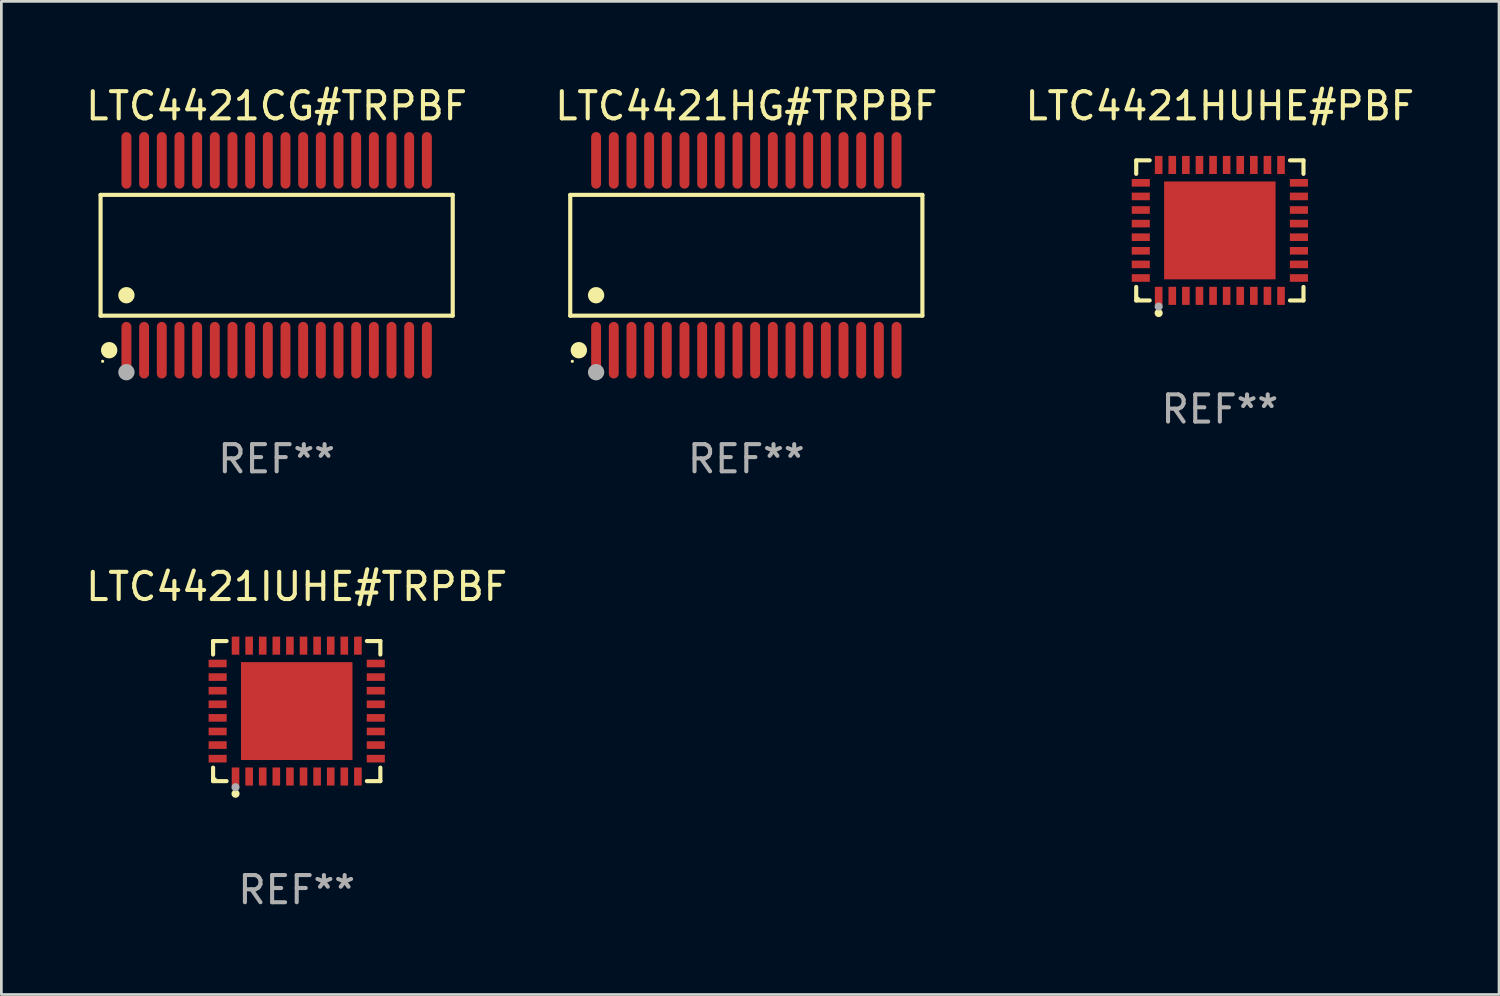
<source format=kicad_pcb>
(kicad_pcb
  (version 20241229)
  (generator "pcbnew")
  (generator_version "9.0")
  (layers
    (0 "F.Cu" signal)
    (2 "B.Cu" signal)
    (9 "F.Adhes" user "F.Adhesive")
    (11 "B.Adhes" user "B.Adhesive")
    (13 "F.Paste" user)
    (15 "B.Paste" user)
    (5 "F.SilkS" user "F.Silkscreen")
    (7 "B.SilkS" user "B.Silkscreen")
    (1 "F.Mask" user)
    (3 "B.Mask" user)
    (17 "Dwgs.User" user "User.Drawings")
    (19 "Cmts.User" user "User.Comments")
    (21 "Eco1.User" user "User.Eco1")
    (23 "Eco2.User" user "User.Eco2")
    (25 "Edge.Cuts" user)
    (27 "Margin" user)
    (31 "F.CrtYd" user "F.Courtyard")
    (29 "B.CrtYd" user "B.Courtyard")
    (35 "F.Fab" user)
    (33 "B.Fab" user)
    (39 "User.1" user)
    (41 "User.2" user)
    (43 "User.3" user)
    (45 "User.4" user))
  (footprint "LTC4421CG#TRPBF"
    (layer "F.Cu")
    (at 7.125 6.339)
    (property "Reference" "LTC4421CG#TRPBF" (at 0 -5.491 0) (layer "F.SilkS") (effects (font (size 1 1) (thickness 0.15))))
    (attr through_hole)
    (fp_line (start -6.476 -2.221) (end 6.476 -2.221) (stroke (width 0.152) (type solid)) (layer "F.SilkS"))
    (fp_line (start -6.476 2.221) (end -6.476 -2.221) (stroke (width 0.152) (type solid)) (layer "F.SilkS"))
    (fp_line (start 6.476 -2.221) (end 6.476 2.221) (stroke (width 0.152) (type solid)) (layer "F.SilkS"))
    (fp_line (start 6.476 2.221) (end -6.476 2.221) (stroke (width 0.152) (type solid)) (layer "F.SilkS"))
    (fp_circle (center -6.4 3.9) (end -6.37 3.9) (stroke (width 0.06) (type solid)) (fill no) (layer "F.SilkS"))
    (fp_circle (center -6.16 3.491) (end -6.009 3.491) (stroke (width 0.3) (type solid)) (fill no) (layer "F.SilkS"))
    (fp_circle (center -5.525 1.469) (end -5.375 1.469) (stroke (width 0.3) (type solid)) (fill no) (layer "F.SilkS"))
    (fp_circle (center -5.525 4.3) (end -5.375 4.3) (stroke (width 0.3) (type solid)) (fill no) (layer "F.Fab"))
    (fp_text user "REF**" (at 0 7.491 0) (layer "F.Fab") (effects (font (size 1 1) (thickness 0.15))))
    (pad "1" smd oval (at -5.525 3.491) (size 0.364 2.082) (layers "F.Cu" "F.Mask" "F.Paste"))
    (pad "2" smd oval (at -4.875 3.491) (size 0.364 2.082) (layers "F.Cu" "F.Mask" "F.Paste"))
    (pad "3" smd oval (at -4.225 3.491) (size 0.364 2.082) (layers "F.Cu" "F.Mask" "F.Paste"))
    (pad "4" smd oval (at -3.575 3.491) (size 0.364 2.082) (layers "F.Cu" "F.Mask" "F.Paste"))
    (pad "5" smd oval (at -2.925 3.491) (size 0.364 2.082) (layers "F.Cu" "F.Mask" "F.Paste"))
    (pad "6" smd oval (at -2.275 3.491) (size 0.364 2.082) (layers "F.Cu" "F.Mask" "F.Paste"))
    (pad "7" smd oval (at -1.625 3.491) (size 0.364 2.082) (layers "F.Cu" "F.Mask" "F.Paste"))
    (pad "8" smd oval (at -0.975 3.491) (size 0.364 2.082) (layers "F.Cu" "F.Mask" "F.Paste"))
    (pad "9" smd oval (at -0.325 3.491) (size 0.364 2.082) (layers "F.Cu" "F.Mask" "F.Paste"))
    (pad "10" smd oval (at 0.325 3.491) (size 0.364 2.082) (layers "F.Cu" "F.Mask" "F.Paste"))
    (pad "11" smd oval (at 0.975 3.491) (size 0.364 2.082) (layers "F.Cu" "F.Mask" "F.Paste"))
    (pad "12" smd oval (at 1.625 3.491) (size 0.364 2.082) (layers "F.Cu" "F.Mask" "F.Paste"))
    (pad "13" smd oval (at 2.275 3.491) (size 0.364 2.082) (layers "F.Cu" "F.Mask" "F.Paste"))
    (pad "14" smd oval (at 2.925 3.491) (size 0.364 2.082) (layers "F.Cu" "F.Mask" "F.Paste"))
    (pad "15" smd oval (at 3.575 3.491) (size 0.364 2.082) (layers "F.Cu" "F.Mask" "F.Paste"))
    (pad "16" smd oval (at 4.225 3.491) (size 0.364 2.082) (layers "F.Cu" "F.Mask" "F.Paste"))
    (pad "17" smd oval (at 4.875 3.491) (size 0.364 2.082) (layers "F.Cu" "F.Mask" "F.Paste"))
    (pad "18" smd oval (at 5.525 3.491) (size 0.364 2.082) (layers "F.Cu" "F.Mask" "F.Paste"))
    (pad "19" smd oval (at 5.525 -3.491) (size 0.364 2.082) (layers "F.Cu" "F.Mask" "F.Paste"))
    (pad "20" smd oval (at 4.875 -3.491) (size 0.364 2.082) (layers "F.Cu" "F.Mask" "F.Paste"))
    (pad "21" smd oval (at 4.225 -3.491) (size 0.364 2.082) (layers "F.Cu" "F.Mask" "F.Paste"))
    (pad "22" smd oval (at 3.575 -3.491) (size 0.364 2.082) (layers "F.Cu" "F.Mask" "F.Paste"))
    (pad "23" smd oval (at 2.925 -3.491) (size 0.364 2.082) (layers "F.Cu" "F.Mask" "F.Paste"))
    (pad "24" smd oval (at 2.275 -3.491) (size 0.364 2.082) (layers "F.Cu" "F.Mask" "F.Paste"))
    (pad "25" smd oval (at 1.625 -3.491) (size 0.364 2.082) (layers "F.Cu" "F.Mask" "F.Paste"))
    (pad "26" smd oval (at 0.975 -3.491) (size 0.364 2.082) (layers "F.Cu" "F.Mask" "F.Paste"))
    (pad "27" smd oval (at 0.325 -3.491) (size 0.364 2.082) (layers "F.Cu" "F.Mask" "F.Paste"))
    (pad "28" smd oval (at -0.325 -3.491) (size 0.364 2.082) (layers "F.Cu" "F.Mask" "F.Paste"))
    (pad "29" smd oval (at -0.975 -3.491) (size 0.364 2.082) (layers "F.Cu" "F.Mask" "F.Paste"))
    (pad "30" smd oval (at -1.625 -3.491) (size 0.364 2.082) (layers "F.Cu" "F.Mask" "F.Paste"))
    (pad "31" smd oval (at -2.275 -3.491) (size 0.364 2.082) (layers "F.Cu" "F.Mask" "F.Paste"))
    (pad "32" smd oval (at -2.925 -3.491) (size 0.364 2.082) (layers "F.Cu" "F.Mask" "F.Paste"))
    (pad "33" smd oval (at -3.575 -3.491) (size 0.364 2.082) (layers "F.Cu" "F.Mask" "F.Paste"))
    (pad "34" smd oval (at -4.225 -3.491) (size 0.364 2.082) (layers "F.Cu" "F.Mask" "F.Paste"))
    (pad "35" smd oval (at -4.875 -3.491) (size 0.364 2.082) (layers "F.Cu" "F.Mask" "F.Paste"))
    (pad "36" smd oval (at -5.525 -3.491) (size 0.364 2.082) (layers "F.Cu" "F.Mask" "F.Paste")))
  (footprint "LTC4421IUHE#TRPBF"
    (layer "F.Cu")
    (at 7.863 23.103)
    (property "Reference" "LTC4421IUHE#TRPBF" (at 0 -4.576 0) (layer "F.SilkS") (effects (font (size 1 1) (thickness 0.15))))
    (attr through_hole)
    (fp_line (start -3.076 -2.576) (end -2.58 -2.576) (stroke (width 0.152) (type solid)) (layer "F.SilkS"))
    (fp_line (start -3.076 -2.08) (end -3.076 -2.576) (stroke (width 0.152) (type solid)) (layer "F.SilkS"))
    (fp_line (start -3.076 2.08) (end -3.076 2.576) (stroke (width 0.152) (type solid)) (layer "F.SilkS"))
    (fp_line (start -3.076 2.576) (end -2.58 2.576) (stroke (width 0.152) (type solid)) (layer "F.SilkS"))
    (fp_line (start 3.076 -2.576) (end 2.58 -2.576) (stroke (width 0.152) (type solid)) (layer "F.SilkS"))
    (fp_line (start 3.076 -2.08) (end 3.076 -2.576) (stroke (width 0.152) (type solid)) (layer "F.SilkS"))
    (fp_line (start 3.076 2.08) (end 3.076 2.576) (stroke (width 0.152) (type solid)) (layer "F.SilkS"))
    (fp_line (start 3.076 2.576) (end 2.58 2.576) (stroke (width 0.152) (type solid)) (layer "F.SilkS"))
    (fp_circle (center -3 2.5) (end -2.97 2.5) (stroke (width 0.06) (type solid)) (fill no) (layer "F.SilkS"))
    (fp_circle (center -2.25 3.04) (end -2.175 3.04) (stroke (width 0.15) (type solid)) (fill no) (layer "F.SilkS"))
    (fp_circle (center -2.25 2.8) (end -2.175 2.8) (stroke (width 0.15) (type solid)) (fill no) (layer "F.Fab"))
    (fp_text user "REF**" (at 0 6.576 0) (layer "F.Fab") (effects (font (size 1 1) (thickness 0.15))))
    (pad "1" smd rect (at -2.25 2.407) (size 0.28 0.665) (layers "F.Cu" "F.Mask" "F.Paste"))
    (pad "2" smd rect (at -1.75 2.407) (size 0.28 0.665) (layers "F.Cu" "F.Mask" "F.Paste"))
    (pad "3" smd rect (at -1.25 2.407) (size 0.28 0.665) (layers "F.Cu" "F.Mask" "F.Paste"))
    (pad "4" smd rect (at -0.75 2.407) (size 0.28 0.665) (layers "F.Cu" "F.Mask" "F.Paste"))
    (pad "5" smd rect (at -0.25 2.407) (size 0.28 0.665) (layers "F.Cu" "F.Mask" "F.Paste"))
    (pad "6" smd rect (at 0.25 2.407) (size 0.28 0.665) (layers "F.Cu" "F.Mask" "F.Paste"))
    (pad "7" smd rect (at 0.75 2.407) (size 0.28 0.665) (layers "F.Cu" "F.Mask" "F.Paste"))
    (pad "8" smd rect (at 1.25 2.407) (size 0.28 0.665) (layers "F.Cu" "F.Mask" "F.Paste"))
    (pad "9" smd rect (at 1.75 2.407) (size 0.28 0.665) (layers "F.Cu" "F.Mask" "F.Paste"))
    (pad "10" smd rect (at 2.25 2.407) (size 0.28 0.665) (layers "F.Cu" "F.Mask" "F.Paste"))
    (pad "11" smd rect (at 2.908 1.75) (size 0.665 0.28) (layers "F.Cu" "F.Mask" "F.Paste"))
    (pad "12" smd rect (at 2.908 1.25) (size 0.665 0.28) (layers "F.Cu" "F.Mask" "F.Paste"))
    (pad "13" smd rect (at 2.908 0.75) (size 0.665 0.28) (layers "F.Cu" "F.Mask" "F.Paste"))
    (pad "14" smd rect (at 2.908 0.25) (size 0.665 0.28) (layers "F.Cu" "F.Mask" "F.Paste"))
    (pad "15" smd rect (at 2.908 -0.25) (size 0.665 0.28) (layers "F.Cu" "F.Mask" "F.Paste"))
    (pad "16" smd rect (at 2.908 -0.75) (size 0.665 0.28) (layers "F.Cu" "F.Mask" "F.Paste"))
    (pad "17" smd rect (at 2.908 -1.25) (size 0.665 0.28) (layers "F.Cu" "F.Mask" "F.Paste"))
    (pad "18" smd rect (at 2.908 -1.75) (size 0.665 0.28) (layers "F.Cu" "F.Mask" "F.Paste"))
    (pad "19" smd rect (at 2.25 -2.407) (size 0.28 0.665) (layers "F.Cu" "F.Mask" "F.Paste"))
    (pad "20" smd rect (at 1.75 -2.407) (size 0.28 0.665) (layers "F.Cu" "F.Mask" "F.Paste"))
    (pad "21" smd rect (at 1.25 -2.407) (size 0.28 0.665) (layers "F.Cu" "F.Mask" "F.Paste"))
    (pad "22" smd rect (at 0.75 -2.407) (size 0.28 0.665) (layers "F.Cu" "F.Mask" "F.Paste"))
    (pad "23" smd rect (at 0.25 -2.407) (size 0.28 0.665) (layers "F.Cu" "F.Mask" "F.Paste"))
    (pad "24" smd rect (at -0.25 -2.407) (size 0.28 0.665) (layers "F.Cu" "F.Mask" "F.Paste"))
    (pad "25" smd rect (at -0.75 -2.407) (size 0.28 0.665) (layers "F.Cu" "F.Mask" "F.Paste"))
    (pad "26" smd rect (at -1.25 -2.407) (size 0.28 0.665) (layers "F.Cu" "F.Mask" "F.Paste"))
    (pad "27" smd rect (at -1.75 -2.407) (size 0.28 0.665) (layers "F.Cu" "F.Mask" "F.Paste"))
    (pad "28" smd rect (at -2.25 -2.407) (size 0.28 0.665) (layers "F.Cu" "F.Mask" "F.Paste"))
    (pad "29" smd rect (at -2.908 -1.75) (size 0.665 0.28) (layers "F.Cu" "F.Mask" "F.Paste"))
    (pad "30" smd rect (at -2.908 -1.25) (size 0.665 0.28) (layers "F.Cu" "F.Mask" "F.Paste"))
    (pad "31" smd rect (at -2.908 -0.75) (size 0.665 0.28) (layers "F.Cu" "F.Mask" "F.Paste"))
    (pad "32" smd rect (at -2.908 -0.25) (size 0.665 0.28) (layers "F.Cu" "F.Mask" "F.Paste"))
    (pad "33" smd rect (at -2.908 0.25) (size 0.665 0.28) (layers "F.Cu" "F.Mask" "F.Paste"))
    (pad "34" smd rect (at -2.908 0.75) (size 0.665 0.28) (layers "F.Cu" "F.Mask" "F.Paste"))
    (pad "35" smd rect (at -2.908 1.25) (size 0.665 0.28) (layers "F.Cu" "F.Mask" "F.Paste"))
    (pad "36" smd rect (at -2.908 1.75) (size 0.665 0.28) (layers "F.Cu" "F.Mask" "F.Paste"))
    (pad "37" smd rect (at 0 0) (size 4.1 3.6) (layers "F.Cu" "F.Mask" "F.Paste")))
  (footprint "LTC4421HG#TRPBF"
    (layer "F.Cu")
    (at 24.399 6.339)
    (property "Reference" "LTC4421HG#TRPBF" (at 0 -5.491 0) (layer "F.SilkS") (effects (font (size 1 1) (thickness 0.15))))
    (attr through_hole)
    (fp_line (start -6.476 -2.221) (end 6.476 -2.221) (stroke (width 0.152) (type solid)) (layer "F.SilkS"))
    (fp_line (start -6.476 2.221) (end -6.476 -2.221) (stroke (width 0.152) (type solid)) (layer "F.SilkS"))
    (fp_line (start 6.476 -2.221) (end 6.476 2.221) (stroke (width 0.152) (type solid)) (layer "F.SilkS"))
    (fp_line (start 6.476 2.221) (end -6.476 2.221) (stroke (width 0.152) (type solid)) (layer "F.SilkS"))
    (fp_circle (center -6.4 3.9) (end -6.37 3.9) (stroke (width 0.06) (type solid)) (fill no) (layer "F.SilkS"))
    (fp_circle (center -6.16 3.491) (end -6.009 3.491) (stroke (width 0.3) (type solid)) (fill no) (layer "F.SilkS"))
    (fp_circle (center -5.525 1.469) (end -5.375 1.469) (stroke (width 0.3) (type solid)) (fill no) (layer "F.SilkS"))
    (fp_circle (center -5.525 4.3) (end -5.375 4.3) (stroke (width 0.3) (type solid)) (fill no) (layer "F.Fab"))
    (fp_text user "REF**" (at 0 7.491 0) (layer "F.Fab") (effects (font (size 1 1) (thickness 0.15))))
    (pad "1" smd oval (at -5.525 3.491) (size 0.364 2.082) (layers "F.Cu" "F.Mask" "F.Paste"))
    (pad "2" smd oval (at -4.875 3.491) (size 0.364 2.082) (layers "F.Cu" "F.Mask" "F.Paste"))
    (pad "3" smd oval (at -4.225 3.491) (size 0.364 2.082) (layers "F.Cu" "F.Mask" "F.Paste"))
    (pad "4" smd oval (at -3.575 3.491) (size 0.364 2.082) (layers "F.Cu" "F.Mask" "F.Paste"))
    (pad "5" smd oval (at -2.925 3.491) (size 0.364 2.082) (layers "F.Cu" "F.Mask" "F.Paste"))
    (pad "6" smd oval (at -2.275 3.491) (size 0.364 2.082) (layers "F.Cu" "F.Mask" "F.Paste"))
    (pad "7" smd oval (at -1.625 3.491) (size 0.364 2.082) (layers "F.Cu" "F.Mask" "F.Paste"))
    (pad "8" smd oval (at -0.975 3.491) (size 0.364 2.082) (layers "F.Cu" "F.Mask" "F.Paste"))
    (pad "9" smd oval (at -0.325 3.491) (size 0.364 2.082) (layers "F.Cu" "F.Mask" "F.Paste"))
    (pad "10" smd oval (at 0.325 3.491) (size 0.364 2.082) (layers "F.Cu" "F.Mask" "F.Paste"))
    (pad "11" smd oval (at 0.975 3.491) (size 0.364 2.082) (layers "F.Cu" "F.Mask" "F.Paste"))
    (pad "12" smd oval (at 1.625 3.491) (size 0.364 2.082) (layers "F.Cu" "F.Mask" "F.Paste"))
    (pad "13" smd oval (at 2.275 3.491) (size 0.364 2.082) (layers "F.Cu" "F.Mask" "F.Paste"))
    (pad "14" smd oval (at 2.925 3.491) (size 0.364 2.082) (layers "F.Cu" "F.Mask" "F.Paste"))
    (pad "15" smd oval (at 3.575 3.491) (size 0.364 2.082) (layers "F.Cu" "F.Mask" "F.Paste"))
    (pad "16" smd oval (at 4.225 3.491) (size 0.364 2.082) (layers "F.Cu" "F.Mask" "F.Paste"))
    (pad "17" smd oval (at 4.875 3.491) (size 0.364 2.082) (layers "F.Cu" "F.Mask" "F.Paste"))
    (pad "18" smd oval (at 5.525 3.491) (size 0.364 2.082) (layers "F.Cu" "F.Mask" "F.Paste"))
    (pad "19" smd oval (at 5.525 -3.491) (size 0.364 2.082) (layers "F.Cu" "F.Mask" "F.Paste"))
    (pad "20" smd oval (at 4.875 -3.491) (size 0.364 2.082) (layers "F.Cu" "F.Mask" "F.Paste"))
    (pad "21" smd oval (at 4.225 -3.491) (size 0.364 2.082) (layers "F.Cu" "F.Mask" "F.Paste"))
    (pad "22" smd oval (at 3.575 -3.491) (size 0.364 2.082) (layers "F.Cu" "F.Mask" "F.Paste"))
    (pad "23" smd oval (at 2.925 -3.491) (size 0.364 2.082) (layers "F.Cu" "F.Mask" "F.Paste"))
    (pad "24" smd oval (at 2.275 -3.491) (size 0.364 2.082) (layers "F.Cu" "F.Mask" "F.Paste"))
    (pad "25" smd oval (at 1.625 -3.491) (size 0.364 2.082) (layers "F.Cu" "F.Mask" "F.Paste"))
    (pad "26" smd oval (at 0.975 -3.491) (size 0.364 2.082) (layers "F.Cu" "F.Mask" "F.Paste"))
    (pad "27" smd oval (at 0.325 -3.491) (size 0.364 2.082) (layers "F.Cu" "F.Mask" "F.Paste"))
    (pad "28" smd oval (at -0.325 -3.491) (size 0.364 2.082) (layers "F.Cu" "F.Mask" "F.Paste"))
    (pad "29" smd oval (at -0.975 -3.491) (size 0.364 2.082) (layers "F.Cu" "F.Mask" "F.Paste"))
    (pad "30" smd oval (at -1.625 -3.491) (size 0.364 2.082) (layers "F.Cu" "F.Mask" "F.Paste"))
    (pad "31" smd oval (at -2.275 -3.491) (size 0.364 2.082) (layers "F.Cu" "F.Mask" "F.Paste"))
    (pad "32" smd oval (at -2.925 -3.491) (size 0.364 2.082) (layers "F.Cu" "F.Mask" "F.Paste"))
    (pad "33" smd oval (at -3.575 -3.491) (size 0.364 2.082) (layers "F.Cu" "F.Mask" "F.Paste"))
    (pad "34" smd oval (at -4.225 -3.491) (size 0.364 2.082) (layers "F.Cu" "F.Mask" "F.Paste"))
    (pad "35" smd oval (at -4.875 -3.491) (size 0.364 2.082) (layers "F.Cu" "F.Mask" "F.Paste"))
    (pad "36" smd oval (at -5.525 -3.491) (size 0.364 2.082) (layers "F.Cu" "F.Mask" "F.Paste")))
  (footprint "LTC4421HUHE#PBF"
    (layer "F.Cu")
    (at 41.815 5.424)
    (property "Reference" "LTC4421HUHE#PBF" (at 0 -4.576 0) (layer "F.SilkS") (effects (font (size 1 1) (thickness 0.15))))
    (attr through_hole)
    (fp_line (start -3.076 -2.576) (end -2.58 -2.576) (stroke (width 0.152) (type solid)) (layer "F.SilkS"))
    (fp_line (start -3.076 -2.08) (end -3.076 -2.576) (stroke (width 0.152) (type solid)) (layer "F.SilkS"))
    (fp_line (start -3.076 2.08) (end -3.076 2.576) (stroke (width 0.152) (type solid)) (layer "F.SilkS"))
    (fp_line (start -3.076 2.576) (end -2.58 2.576) (stroke (width 0.152) (type solid)) (layer "F.SilkS"))
    (fp_line (start 3.076 -2.576) (end 2.58 -2.576) (stroke (width 0.152) (type solid)) (layer "F.SilkS"))
    (fp_line (start 3.076 -2.08) (end 3.076 -2.576) (stroke (width 0.152) (type solid)) (layer "F.SilkS"))
    (fp_line (start 3.076 2.08) (end 3.076 2.576) (stroke (width 0.152) (type solid)) (layer "F.SilkS"))
    (fp_line (start 3.076 2.576) (end 2.58 2.576) (stroke (width 0.152) (type solid)) (layer "F.SilkS"))
    (fp_circle (center -3 2.5) (end -2.97 2.5) (stroke (width 0.06) (type solid)) (fill no) (layer "F.SilkS"))
    (fp_circle (center -2.25 3.04) (end -2.175 3.04) (stroke (width 0.15) (type solid)) (fill no) (layer "F.SilkS"))
    (fp_circle (center -2.25 2.8) (end -2.175 2.8) (stroke (width 0.15) (type solid)) (fill no) (layer "F.Fab"))
    (fp_text user "REF**" (at 0 6.576 0) (layer "F.Fab") (effects (font (size 1 1) (thickness 0.15))))
    (pad "1" smd rect (at -2.25 2.407) (size 0.28 0.665) (layers "F.Cu" "F.Mask" "F.Paste"))
    (pad "2" smd rect (at -1.75 2.407) (size 0.28 0.665) (layers "F.Cu" "F.Mask" "F.Paste"))
    (pad "3" smd rect (at -1.25 2.407) (size 0.28 0.665) (layers "F.Cu" "F.Mask" "F.Paste"))
    (pad "4" smd rect (at -0.75 2.407) (size 0.28 0.665) (layers "F.Cu" "F.Mask" "F.Paste"))
    (pad "5" smd rect (at -0.25 2.407) (size 0.28 0.665) (layers "F.Cu" "F.Mask" "F.Paste"))
    (pad "6" smd rect (at 0.25 2.407) (size 0.28 0.665) (layers "F.Cu" "F.Mask" "F.Paste"))
    (pad "7" smd rect (at 0.75 2.407) (size 0.28 0.665) (layers "F.Cu" "F.Mask" "F.Paste"))
    (pad "8" smd rect (at 1.25 2.407) (size 0.28 0.665) (layers "F.Cu" "F.Mask" "F.Paste"))
    (pad "9" smd rect (at 1.75 2.407) (size 0.28 0.665) (layers "F.Cu" "F.Mask" "F.Paste"))
    (pad "10" smd rect (at 2.25 2.407) (size 0.28 0.665) (layers "F.Cu" "F.Mask" "F.Paste"))
    (pad "11" smd rect (at 2.908 1.75) (size 0.665 0.28) (layers "F.Cu" "F.Mask" "F.Paste"))
    (pad "12" smd rect (at 2.908 1.25) (size 0.665 0.28) (layers "F.Cu" "F.Mask" "F.Paste"))
    (pad "13" smd rect (at 2.908 0.75) (size 0.665 0.28) (layers "F.Cu" "F.Mask" "F.Paste"))
    (pad "14" smd rect (at 2.908 0.25) (size 0.665 0.28) (layers "F.Cu" "F.Mask" "F.Paste"))
    (pad "15" smd rect (at 2.908 -0.25) (size 0.665 0.28) (layers "F.Cu" "F.Mask" "F.Paste"))
    (pad "16" smd rect (at 2.908 -0.75) (size 0.665 0.28) (layers "F.Cu" "F.Mask" "F.Paste"))
    (pad "17" smd rect (at 2.908 -1.25) (size 0.665 0.28) (layers "F.Cu" "F.Mask" "F.Paste"))
    (pad "18" smd rect (at 2.908 -1.75) (size 0.665 0.28) (layers "F.Cu" "F.Mask" "F.Paste"))
    (pad "19" smd rect (at 2.25 -2.407) (size 0.28 0.665) (layers "F.Cu" "F.Mask" "F.Paste"))
    (pad "20" smd rect (at 1.75 -2.407) (size 0.28 0.665) (layers "F.Cu" "F.Mask" "F.Paste"))
    (pad "21" smd rect (at 1.25 -2.407) (size 0.28 0.665) (layers "F.Cu" "F.Mask" "F.Paste"))
    (pad "22" smd rect (at 0.75 -2.407) (size 0.28 0.665) (layers "F.Cu" "F.Mask" "F.Paste"))
    (pad "23" smd rect (at 0.25 -2.407) (size 0.28 0.665) (layers "F.Cu" "F.Mask" "F.Paste"))
    (pad "24" smd rect (at -0.25 -2.407) (size 0.28 0.665) (layers "F.Cu" "F.Mask" "F.Paste"))
    (pad "25" smd rect (at -0.75 -2.407) (size 0.28 0.665) (layers "F.Cu" "F.Mask" "F.Paste"))
    (pad "26" smd rect (at -1.25 -2.407) (size 0.28 0.665) (layers "F.Cu" "F.Mask" "F.Paste"))
    (pad "27" smd rect (at -1.75 -2.407) (size 0.28 0.665) (layers "F.Cu" "F.Mask" "F.Paste"))
    (pad "28" smd rect (at -2.25 -2.407) (size 0.28 0.665) (layers "F.Cu" "F.Mask" "F.Paste"))
    (pad "29" smd rect (at -2.908 -1.75) (size 0.665 0.28) (layers "F.Cu" "F.Mask" "F.Paste"))
    (pad "30" smd rect (at -2.908 -1.25) (size 0.665 0.28) (layers "F.Cu" "F.Mask" "F.Paste"))
    (pad "31" smd rect (at -2.908 -0.75) (size 0.665 0.28) (layers "F.Cu" "F.Mask" "F.Paste"))
    (pad "32" smd rect (at -2.908 -0.25) (size 0.665 0.28) (layers "F.Cu" "F.Mask" "F.Paste"))
    (pad "33" smd rect (at -2.908 0.25) (size 0.665 0.28) (layers "F.Cu" "F.Mask" "F.Paste"))
    (pad "34" smd rect (at -2.908 0.75) (size 0.665 0.28) (layers "F.Cu" "F.Mask" "F.Paste"))
    (pad "35" smd rect (at -2.908 1.25) (size 0.665 0.28) (layers "F.Cu" "F.Mask" "F.Paste"))
    (pad "36" smd rect (at -2.908 1.75) (size 0.665 0.28) (layers "F.Cu" "F.Mask" "F.Paste"))
    (pad "37" smd rect (at 0 0) (size 4.1 3.6) (layers "F.Cu" "F.Mask" "F.Paste")))
  (gr_rect
    (start -3 -3)
    (end 52.083 33.527)
    (stroke (width 0.1) (type default))
    (fill no)
    (layer "Edge.Cuts")))
</source>
